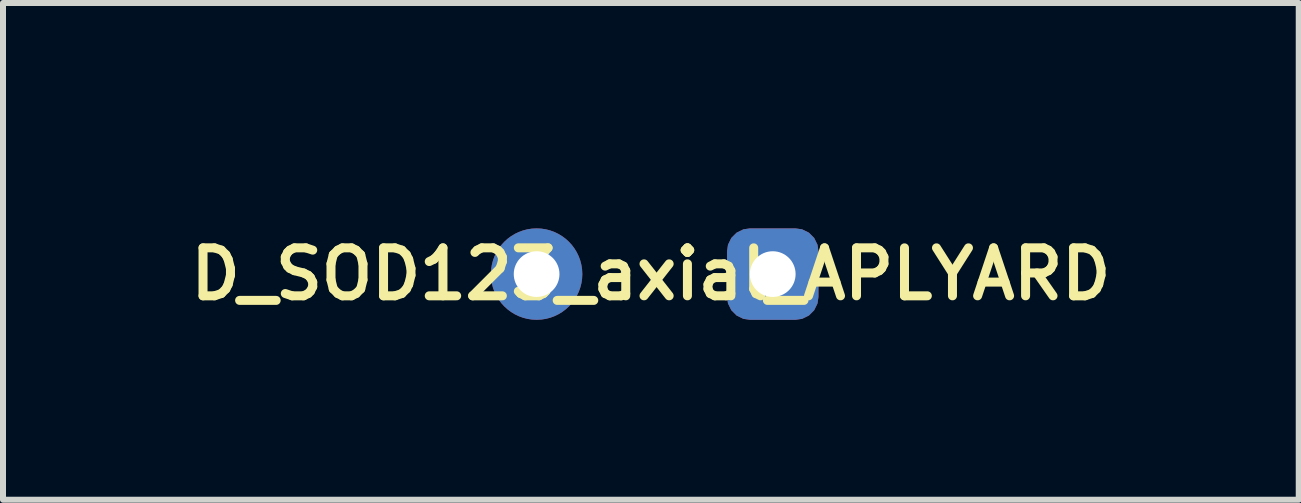
<source format=kicad_pcb>
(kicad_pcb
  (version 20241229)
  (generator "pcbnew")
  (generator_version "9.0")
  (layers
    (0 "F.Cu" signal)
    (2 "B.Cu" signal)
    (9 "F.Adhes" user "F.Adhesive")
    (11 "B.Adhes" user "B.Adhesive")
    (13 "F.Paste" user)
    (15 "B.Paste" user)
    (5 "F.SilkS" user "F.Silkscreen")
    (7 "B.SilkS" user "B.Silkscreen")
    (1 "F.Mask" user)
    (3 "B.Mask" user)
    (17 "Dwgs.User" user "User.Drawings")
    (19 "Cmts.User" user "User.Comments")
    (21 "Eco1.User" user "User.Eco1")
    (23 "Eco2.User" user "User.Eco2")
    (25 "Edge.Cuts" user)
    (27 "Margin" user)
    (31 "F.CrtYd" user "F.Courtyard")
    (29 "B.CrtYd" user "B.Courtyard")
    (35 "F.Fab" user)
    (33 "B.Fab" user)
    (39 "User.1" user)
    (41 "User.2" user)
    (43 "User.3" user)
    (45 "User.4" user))
  (footprint "D_SOD123_axial_APLYARD"
    (layer "F.Cu")
    (at 6.659 0.25)
    (property "Reference" "D_SOD123_axial_APLYARD" (at 1.143 1.27 0) (layer "F.SilkS") (effects (font (size 0.8 0.8) (thickness 0.15))))
    (attr smd)
    (pad "1" thru_hole circle (at -0.762 1.27) (size 1.524 1.524) (drill 0.762) (layers "*.Cu" "*.Mask"))
    (pad "2" thru_hole roundrect (at 3.175 1.27) (size 1.524 1.524) (drill 0.762) (layers "*.Cu" "*.Mask") (roundrect_rratio 0.25)))
  (gr_rect
    (start -3 -3)
    (end 18.604 5.282)
    (stroke (width 0.1) (type default))
    (fill no)
    (layer "Edge.Cuts")))
</source>
